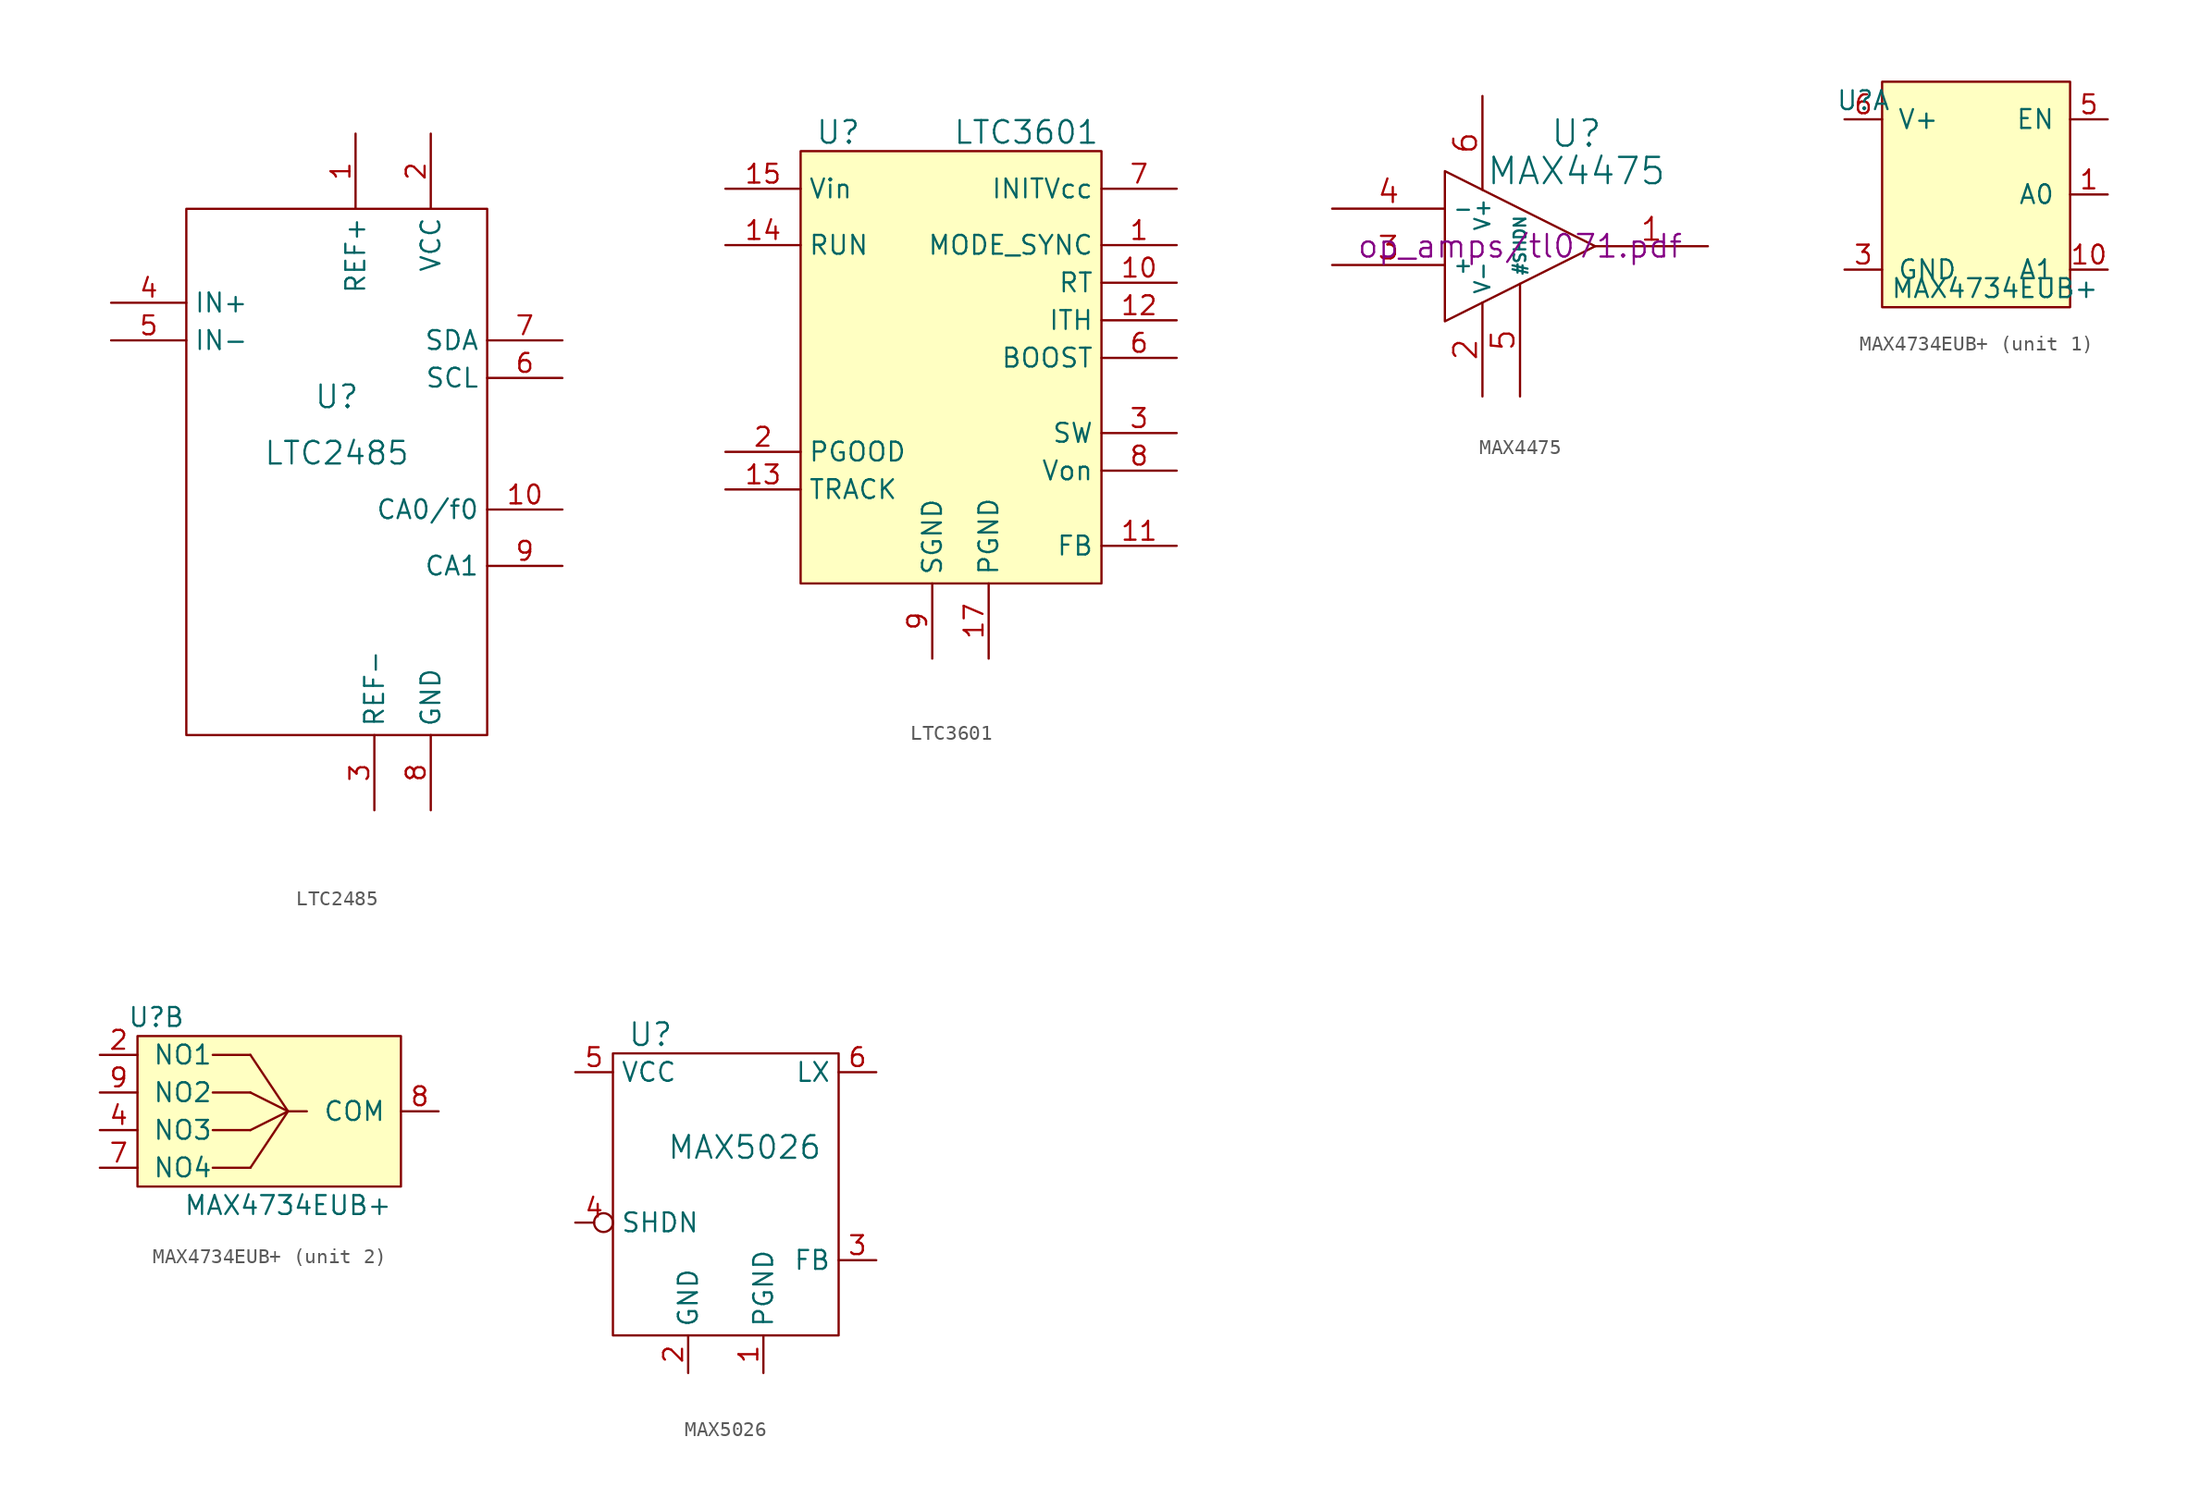
<source format=kicad_sym>
(kicad_symbol_lib
  (version 20220914)
  (generator kicad_symbol_editor)
  (symbol "LTC2485"
    (property "Reference" "U"
      (at 1.27 5.08 0)
      (effects (font (size 1.524 1.524))))
    (property "Value" "LTC2485"
      (at 1.27 1.27 0)
      (effects (font (size 1.524 1.524))))
    (property "Footprint" ""
      (at 5.08 -1.27 0)
      (effects (font (size 1.524 1.524))))
    (property "Datasheet" ""
      (at 5.08 -1.27 0)
      (effects (font (size 1.524 1.524))))
    (symbol "LTC2485_0_1"
      (rectangle (start -8.89 17.78) (end 11.43 -17.78) (stroke (width 0) (type default)) (fill (type none))))
    (symbol "LTC2485_1_1"
      (pin unspecified line (at 2.54 22.86 270) (length 5.08) (name "REF+" (effects (font (size 1.27 1.27)))) (number "1" (effects (font (size 1.27 1.27)))))
      (pin input line (at 16.51 -2.54 180) (length 5.08) (name "CA0/f0" (effects (font (size 1.27 1.27)))) (number "10" (effects (font (size 1.27 1.27)))))
      (pin unspecified line (at 7.62 -22.86 90) (length 5.08) hide (name "GND" (effects (font (size 1.27 1.27)))) (number "11" (effects (font (size 1.27 1.27)))))
      (pin input line (at 7.62 22.86 270) (length 5.08) (name "VCC" (effects (font (size 1.27 1.27)))) (number "2" (effects (font (size 1.27 1.27)))))
      (pin unspecified line (at 3.81 -22.86 90) (length 5.08) (name "REF-" (effects (font (size 1.27 1.27)))) (number "3" (effects (font (size 1.27 1.27)))))
      (pin input line (at -13.97 11.43 0) (length 5.08) (name "IN+" (effects (font (size 1.27 1.27)))) (number "4" (effects (font (size 1.27 1.27)))))
      (pin input line (at -13.97 8.89 0) (length 5.08) (name "IN-" (effects (font (size 1.27 1.27)))) (number "5" (effects (font (size 1.27 1.27)))))
      (pin input line (at 16.51 6.35 180) (length 5.08) (name "SCL" (effects (font (size 1.27 1.27)))) (number "6" (effects (font (size 1.27 1.27)))))
      (pin input line (at 16.51 8.89 180) (length 5.08) (name "SDA" (effects (font (size 1.27 1.27)))) (number "7" (effects (font (size 1.27 1.27)))))
      (pin input line (at 7.62 -22.86 90) (length 5.08) (name "GND" (effects (font (size 1.27 1.27)))) (number "8" (effects (font (size 1.27 1.27)))))
      (pin input line (at 16.51 -6.35 180) (length 5.08) (name "CA1" (effects (font (size 1.27 1.27)))) (number "9" (effects (font (size 1.27 1.27)))))))
  (symbol "LTC3601"
    (property "Reference" "U"
      (at -5.08 22.86 0)
      (effects (font (size 1.524 1.524))))
    (property "Value" "LTC3601"
      (at 7.62 22.86 0)
      (effects (font (size 1.524 1.524))))
    (symbol "LTC3601_0_0"
      (pin unspecified line (at -12.7 15.24 0) (length 5.08) (name "RUN" (effects (font (size 1.27 1.27)))) (number "14" (effects (font (size 1.27 1.27)))))
      (pin unspecified line (at -12.7 19.05 0) (length 5.08) (name "Vin" (effects (font (size 1.27 1.27)))) (number "15" (effects (font (size 1.27 1.27)))))
      (pin unspecified line (at -12.7 19.05 0) (length 5.08) hide (name "Vin" (effects (font (size 1.27 1.27)))) (number "16" (effects (font (size 1.27 1.27)))))
      (pin unspecified line (at 5.08 -12.7 90) (length 5.08) (name "PGND" (effects (font (size 1.27 1.27)))) (number "17" (effects (font (size 1.27 1.27))))))
    (symbol "LTC3601_0_1"
      (rectangle (start -7.62 21.59) (end 12.7 -7.62) (stroke (width 0) (type default)) (fill (type background))))
    (symbol "LTC3601_1_1"
      (pin unspecified line (at 17.78 15.24 180) (length 5.08) (name "MODE_SYNC" (effects (font (size 1.27 1.27)))) (number "1" (effects (font (size 1.27 1.27)))))
      (pin unspecified line (at 17.78 12.7 180) (length 5.08) (name "RT" (effects (font (size 1.27 1.27)))) (number "10" (effects (font (size 1.27 1.27)))))
      (pin unspecified line (at 17.78 -5.08 180) (length 5.08) (name "FB" (effects (font (size 1.27 1.27)))) (number "11" (effects (font (size 1.27 1.27)))))
      (pin unspecified line (at 17.78 10.16 180) (length 5.08) (name "ITH" (effects (font (size 1.27 1.27)))) (number "12" (effects (font (size 1.27 1.27)))))
      (pin unspecified line (at -12.7 -1.27 0) (length 5.08) (name "TRACK" (effects (font (size 1.27 1.27)))) (number "13" (effects (font (size 1.27 1.27)))))
      (pin unspecified line (at -12.7 1.27 0) (length 5.08) (name "PGOOD" (effects (font (size 1.27 1.27)))) (number "2" (effects (font (size 1.27 1.27)))))
      (pin unspecified line (at 17.78 2.54 180) (length 5.08) (name "SW" (effects (font (size 1.27 1.27)))) (number "3" (effects (font (size 1.27 1.27)))))
      (pin unspecified line (at 17.78 2.54 180) (length 5.08) hide (name "SW" (effects (font (size 1.27 1.27)))) (number "4" (effects (font (size 1.27 1.27)))))
      (pin unspecified line (at 17.78 7.62 180) (length 5.08) (name "BOOST" (effects (font (size 1.27 1.27)))) (number "6" (effects (font (size 1.27 1.27)))))
      (pin unspecified line (at 17.78 19.05 180) (length 5.08) (name "INITVcc" (effects (font (size 1.27 1.27)))) (number "7" (effects (font (size 1.27 1.27)))))
      (pin unspecified line (at 17.78 0 180) (length 5.08) (name "Von" (effects (font (size 1.27 1.27)))) (number "8" (effects (font (size 1.27 1.27)))))
      (pin unspecified line (at 1.27 -12.7 90) (length 5.08) (name "SGND" (effects (font (size 1.27 1.27)))) (number "9" (effects (font (size 1.27 1.27)))))))
  (symbol "MAX4475"
    (property "Reference" "U"
      (at 3.81 7.62 0)
      (effects (font (size 1.778 1.778))))
    (property "Value" "MAX4475"
      (at 3.81 5.08 0)
      (effects (font (size 1.778 1.778))))
    (property "Footprint" ""
      (at 0 0 0)
      (effects (font (size 1.524 1.524))))
    (property "Datasheet" "op_amps/tl071.pdf"
      (at 0 0 0)
      (effects (font (size 1.524 1.524))))
    (symbol "MAX4475_0_1"
      (polyline (pts (xy -5.08 5.08) (xy 5.08 0) (xy -5.08 -5.08) (xy -5.08 5.08)) (stroke (width 0) (type default)) (fill (type none))))
    (symbol "MAX4475_1_1"
      (pin output line (at 12.7 0 180) (length 7.62) (name "~" (effects (font (size 1.016 1.016)))) (number "1" (effects (font (size 1.524 1.524)))))
      (pin passive line (at -2.54 -10.16 90) (length 6.35) (name "V-" (effects (font (size 1.016 1.016)))) (number "2" (effects (font (size 1.524 1.524)))))
      (pin input line (at -12.7 -1.27 0) (length 7.62) (name "+" (effects (font (size 1.016 1.016)))) (number "3" (effects (font (size 1.524 1.524)))))
      (pin input line (at -12.7 2.54 0) (length 7.62) (name "-" (effects (font (size 1.016 1.016)))) (number "4" (effects (font (size 1.524 1.524)))))
      (pin bidirectional line (at 0 -10.16 90) (length 7.62) (name "#SHDN" (effects (font (size 0.787 0.787)))) (number "5" (effects (font (size 1.524 1.524)))))
      (pin passive line (at -2.54 10.16 270) (length 6.35) (name "V+" (effects (font (size 1.016 1.016)))) (number "6" (effects (font (size 1.524 1.524)))))))
  (symbol "MAX4734EUB+"
    (pin_names
      (offset 1.016))
    (property "Reference" "U"
      (at -7.62 6.35 0)
      (effects (font (size 1.27 1.27))))
    (property "Value" "MAX4734EUB+"
      (at 1.27 -6.35 0)
      (effects (font (size 1.27 1.27))))
    (property "ki_locked" ""
      (at 0 0 0)
      (effects (font (size 1.27 1.27))))
    (symbol "MAX4734EUB+_1_1"
      (rectangle (start -6.35 -7.62) (end 6.35 7.62) (stroke (width 0) (type default)) (fill (type background)))
      (pin input line (at 8.89 0 180) (length 2.54) (name "A0" (effects (font (size 1.27 1.27)))) (number "1" (effects (font (size 1.27 1.27)))))
      (pin input line (at 8.89 -5.08 180) (length 2.54) (name "A1" (effects (font (size 1.27 1.27)))) (number "10" (effects (font (size 1.27 1.27)))))
      (pin passive line (at -8.89 -5.08 0) (length 2.54) (name "GND" (effects (font (size 1.27 1.27)))) (number "3" (effects (font (size 1.27 1.27)))))
      (pin input line (at 8.89 5.08 180) (length 2.54) (name "EN" (effects (font (size 1.27 1.27)))) (number "5" (effects (font (size 1.27 1.27)))))
      (pin passive line (at -8.89 5.08 0) (length 2.54) (name "V+" (effects (font (size 1.27 1.27)))) (number "6" (effects (font (size 1.27 1.27))))))
    (symbol "MAX4734EUB+_2_1"
      (rectangle (start -8.89 -5.08) (end 8.89 5.08) (stroke (width 0) (type default)) (fill (type background)))
      (polyline (pts (xy -3.81 -3.81) (xy -1.27 -3.81)) (stroke (width 0) (type default)) (fill (type none)))
      (polyline (pts (xy -3.81 -1.27) (xy -1.27 -1.27)) (stroke (width 0) (type default)) (fill (type none)))
      (polyline (pts (xy -3.81 1.27) (xy -1.27 1.27)) (stroke (width 0) (type default)) (fill (type none)))
      (polyline (pts (xy -3.81 3.81) (xy -1.27 3.81)) (stroke (width 0) (type default)) (fill (type none)))
      (polyline (pts (xy -1.27 -3.81) (xy 1.27 0)) (stroke (width 0) (type default)) (fill (type none)))
      (polyline (pts (xy -1.27 -1.27) (xy 1.27 0)) (stroke (width 0) (type default)) (fill (type none)))
      (polyline (pts (xy -1.27 1.27) (xy 1.27 0)) (stroke (width 0) (type default)) (fill (type none)))
      (polyline (pts (xy 1.27 0) (xy -1.27 3.81)) (stroke (width 0) (type default)) (fill (type none)))
      (polyline (pts (xy 1.27 0) (xy 2.54 0)) (stroke (width 0) (type default)) (fill (type none)))
      (pin bidirectional line (at -11.43 3.81 0) (length 2.54) (name "NO1" (effects (font (size 1.27 1.27)))) (number "2" (effects (font (size 1.27 1.27)))))
      (pin bidirectional line (at -11.43 -1.27 0) (length 2.54) (name "NO3" (effects (font (size 1.27 1.27)))) (number "4" (effects (font (size 1.27 1.27)))))
      (pin bidirectional line (at -11.43 -3.81 0) (length 2.54) (name "NO4" (effects (font (size 1.27 1.27)))) (number "7" (effects (font (size 1.27 1.27)))))
      (pin bidirectional line (at 11.43 0 180) (length 2.54) (name "COM" (effects (font (size 1.27 1.27)))) (number "8" (effects (font (size 1.27 1.27)))))
      (pin bidirectional line (at -11.43 1.27 0) (length 2.54) (name "NO2" (effects (font (size 1.27 1.27)))) (number "9" (effects (font (size 1.27 1.27)))))))
  (symbol "MAX5026"
    (property "Reference" "U"
      (at -5.08 10.16 0)
      (effects (font (size 1.524 1.524))))
    (property "Value" "MAX5026"
      (at 1.27 2.54 0)
      (effects (font (size 1.524 1.524))))
    (symbol "MAX5026_0_1"
      (rectangle (start -7.62 8.89) (end 7.62 -10.16) (stroke (width 0) (type default)) (fill (type none))))
    (symbol "MAX5026_1_1"
      (pin unspecified line (at 2.54 -12.7 90) (length 2.54) (name "PGND" (effects (font (size 1.27 1.27)))) (number "1" (effects (font (size 1.27 1.27)))))
      (pin unspecified line (at -2.54 -12.7 90) (length 2.54) (name "GND" (effects (font (size 1.27 1.27)))) (number "2" (effects (font (size 1.27 1.27)))))
      (pin unspecified line (at 10.16 -5.08 180) (length 2.54) (name "FB" (effects (font (size 1.27 1.27)))) (number "3" (effects (font (size 1.27 1.27)))))
      (pin unspecified inverted (at -10.16 -2.54 0) (length 2.54) (name "SHDN" (effects (font (size 1.27 1.27)))) (number "4" (effects (font (size 1.27 1.27)))))
      (pin unspecified line (at -10.16 7.62 0) (length 2.54) (name "VCC" (effects (font (size 1.27 1.27)))) (number "5" (effects (font (size 1.27 1.27)))))
      (pin unspecified line (at 10.16 7.62 180) (length 2.54) (name "LX" (effects (font (size 1.27 1.27)))) (number "6" (effects (font (size 1.27 1.27))))))))
</source>
